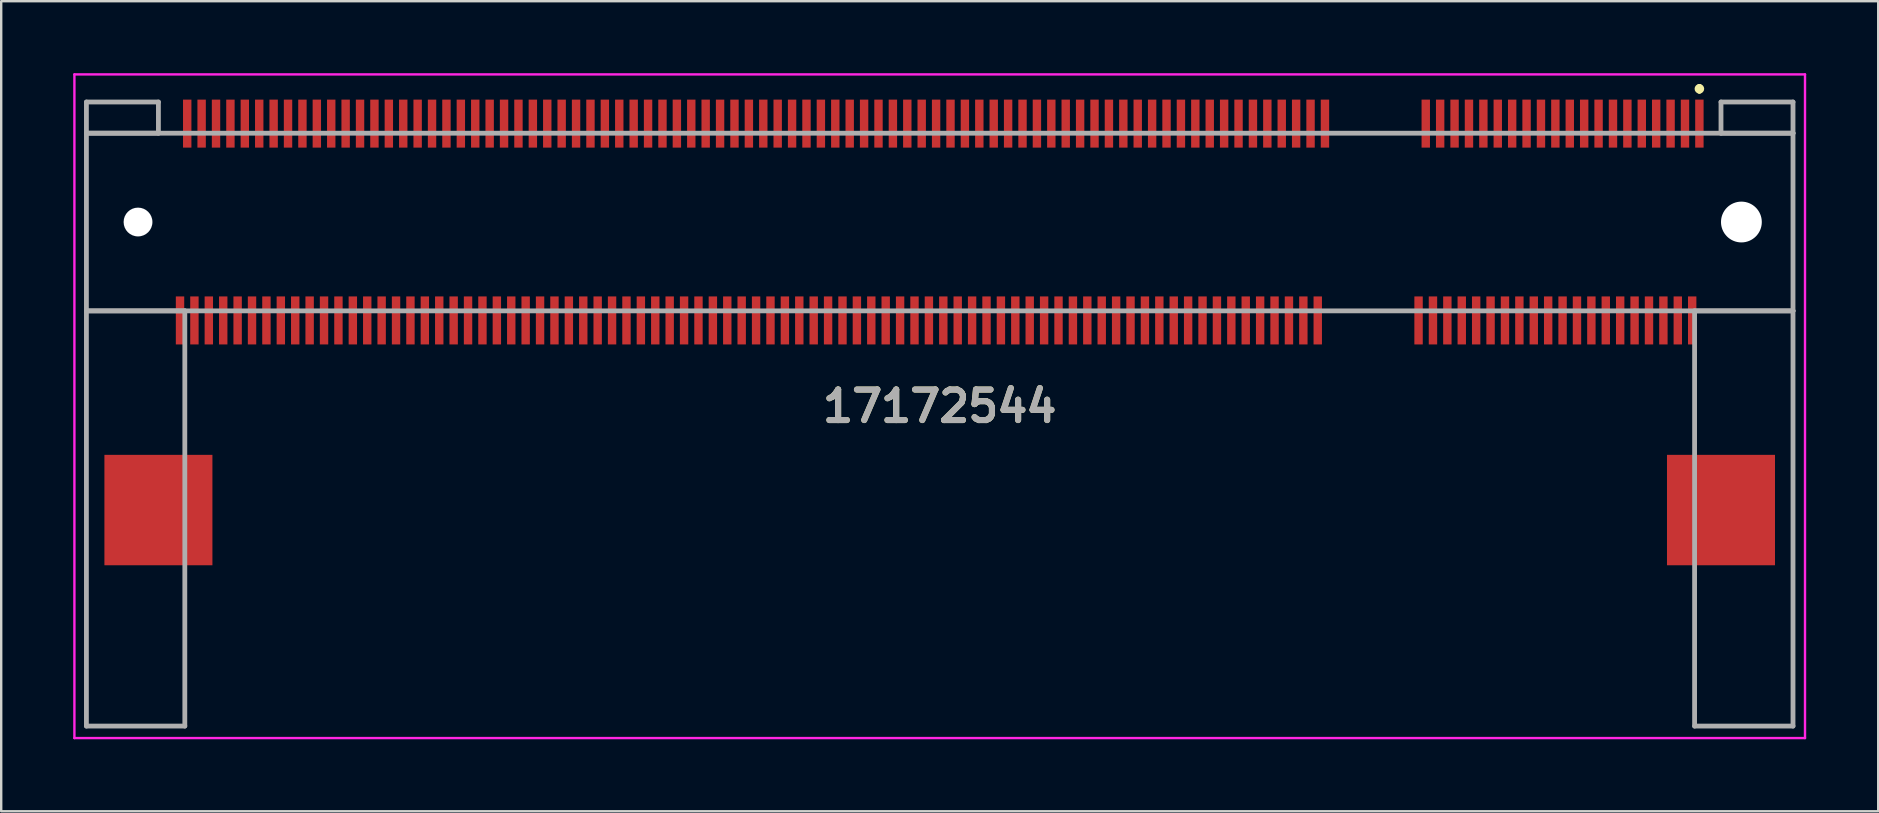
<source format=kicad_pcb>
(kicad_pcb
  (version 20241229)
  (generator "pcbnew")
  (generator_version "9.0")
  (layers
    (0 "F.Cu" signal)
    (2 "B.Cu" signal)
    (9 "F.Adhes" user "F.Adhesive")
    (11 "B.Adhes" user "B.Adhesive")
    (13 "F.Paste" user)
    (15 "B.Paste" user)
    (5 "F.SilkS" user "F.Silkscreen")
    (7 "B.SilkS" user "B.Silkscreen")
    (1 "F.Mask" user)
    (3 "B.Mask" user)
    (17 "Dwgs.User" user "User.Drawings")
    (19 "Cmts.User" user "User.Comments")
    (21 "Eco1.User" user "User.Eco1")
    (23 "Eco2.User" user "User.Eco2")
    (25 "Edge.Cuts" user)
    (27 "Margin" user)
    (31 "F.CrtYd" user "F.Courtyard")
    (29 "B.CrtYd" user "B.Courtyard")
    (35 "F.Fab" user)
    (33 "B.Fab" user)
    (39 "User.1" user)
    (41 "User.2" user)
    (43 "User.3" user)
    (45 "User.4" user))
  (footprint "17172544"
    (layer "F.Cu")
    (at 36.1 6.2)
    (property "Reference" "17172544" (at 0 7.675 0) (layer "F.SilkS") (effects (font (size 1.27 1.27) (thickness 0.254))))
    (attr through_hole)
    (fp_line (start -35.55 -3.7) (end -35.55 3.7) (stroke (width 0.1) (type solid)) (layer "F.SilkS"))
    (fp_line (start -35.55 3.7) (end -32.55 3.7) (stroke (width 0.1) (type solid)) (layer "F.SilkS"))
    (fp_line (start -32.55 -3.7) (end -35.55 -3.7) (stroke (width 0.1) (type solid)) (layer "F.SilkS"))
    (fp_line (start 16.5 3.7) (end 19 3.7) (stroke (width 0.1) (type solid)) (layer "F.SilkS"))
    (fp_line (start 17 -3.7) (end 19 -3.7) (stroke (width 0.1) (type solid)) (layer "F.SilkS"))
    (fp_line (start 31.65 -5.65) (end 31.65 -5.65) (stroke (width 0.2) (type solid)) (layer "F.SilkS"))
    (fp_line (start 31.65 -5.45) (end 31.65 -5.45) (stroke (width 0.2) (type solid)) (layer "F.SilkS"))
    (fp_line (start 32.55 -3.7) (end 35.55 -3.7) (stroke (width 0.1) (type solid)) (layer "F.SilkS"))
    (fp_line (start 35.55 -3.7) (end 35.55 3.7) (stroke (width 0.1) (type solid)) (layer "F.SilkS"))
    (fp_line (start 35.55 3.7) (end 32.55 3.7) (stroke (width 0.1) (type solid)) (layer "F.SilkS"))
    (fp_arc (start 31.65 -5.65) (mid 31.75 -5.55) (end 31.65 -5.45) (stroke (width 0.2) (type solid)) (layer "F.SilkS"))
    (fp_arc (start 31.65 -5.45) (mid 31.55 -5.55) (end 31.65 -5.65) (stroke (width 0.2) (type solid)) (layer "F.SilkS"))
    (fp_line (start -36.05 -6.15) (end 36.05 -6.15) (stroke (width 0.1) (type solid)) (layer "F.CrtYd"))
    (fp_line (start -36.05 21.5) (end -36.05 -6.15) (stroke (width 0.1) (type solid)) (layer "F.CrtYd"))
    (fp_line (start 36.05 -6.15) (end 36.05 21.5) (stroke (width 0.1) (type solid)) (layer "F.CrtYd"))
    (fp_line (start 36.05 21.5) (end -36.05 21.5) (stroke (width 0.1) (type solid)) (layer "F.CrtYd"))
    (fp_line (start -35.55 -5) (end -35.55 -3.7) (stroke (width 0.2) (type solid)) (layer "F.Fab"))
    (fp_line (start -35.55 -3.7) (end -32.55 -3.7) (stroke (width 0.2) (type solid)) (layer "F.Fab"))
    (fp_line (start -35.55 -3.7) (end 35.55 -3.7) (stroke (width 0.2) (type solid)) (layer "F.Fab"))
    (fp_line (start -35.55 3.7) (end -35.55 -3.7) (stroke (width 0.2) (type solid)) (layer "F.Fab"))
    (fp_line (start -35.55 3.7) (end -31.45 3.7) (stroke (width 0.2) (type solid)) (layer "F.Fab"))
    (fp_line (start -35.55 21) (end -35.55 3.7) (stroke (width 0.2) (type solid)) (layer "F.Fab"))
    (fp_line (start -32.55 -5) (end -35.55 -5) (stroke (width 0.2) (type solid)) (layer "F.Fab"))
    (fp_line (start -32.55 -3.7) (end -32.55 -5) (stroke (width 0.2) (type solid)) (layer "F.Fab"))
    (fp_line (start -31.45 3.7) (end -31.45 21) (stroke (width 0.2) (type solid)) (layer "F.Fab"))
    (fp_line (start -31.45 21) (end -35.55 21) (stroke (width 0.2) (type solid)) (layer "F.Fab"))
    (fp_line (start 31.45 3.7) (end 31.45 21) (stroke (width 0.2) (type solid)) (layer "F.Fab"))
    (fp_line (start 31.45 21) (end 35.55 21) (stroke (width 0.2) (type solid)) (layer "F.Fab"))
    (fp_line (start 32.55 -5) (end 35.55 -5) (stroke (width 0.2) (type solid)) (layer "F.Fab"))
    (fp_line (start 32.55 -3.7) (end 32.55 -5) (stroke (width 0.2) (type solid)) (layer "F.Fab"))
    (fp_line (start 35.55 -5) (end 35.55 -3.7) (stroke (width 0.2) (type solid)) (layer "F.Fab"))
    (fp_line (start 35.55 -3.7) (end 32.55 -3.7) (stroke (width 0.2) (type solid)) (layer "F.Fab"))
    (fp_line (start 35.55 -3.7) (end 35.55 3.7) (stroke (width 0.2) (type solid)) (layer "F.Fab"))
    (fp_line (start 35.55 3.7) (end -35.55 3.7) (stroke (width 0.2) (type solid)) (layer "F.Fab"))
    (fp_line (start 35.55 3.7) (end 31.45 3.7) (stroke (width 0.2) (type solid)) (layer "F.Fab"))
    (fp_line (start 35.55 21) (end 35.55 3.7) (stroke (width 0.2) (type solid)) (layer "F.Fab"))
    (fp_text user "${REFERENCE}" (at 0 7.675 0) (layer "F.Fab") (effects (font (size 1.27 1.27) (thickness 0.254))))
    (pad "" np_thru_hole circle (at -33.4 0) (size 1.2 1.2) (drill 1.2) (layers "*.Cu" "*.Mask"))
    (pad "" np_thru_hole circle (at 33.4 0) (size 1.7 1.7) (drill 1.7) (layers "*.Cu" "*.Mask"))
    (pad "1" smd rect (at 31.65 -4.1) (size 0.35 2) (layers "F.Cu" "F.Mask" "F.Paste"))
    (pad "2" smd rect (at 31.35 4.1) (size 0.35 2) (layers "F.Cu" "F.Mask" "F.Paste"))
    (pad "3" smd rect (at 31.05 -4.1) (size 0.35 2) (layers "F.Cu" "F.Mask" "F.Paste"))
    (pad "4" smd rect (at 30.75 4.1) (size 0.35 2) (layers "F.Cu" "F.Mask" "F.Paste"))
    (pad "5" smd rect (at 30.45 -4.1) (size 0.35 2) (layers "F.Cu" "F.Mask" "F.Paste"))
    (pad "6" smd rect (at 30.15 4.1) (size 0.35 2) (layers "F.Cu" "F.Mask" "F.Paste"))
    (pad "7" smd rect (at 29.85 -4.1) (size 0.35 2) (layers "F.Cu" "F.Mask" "F.Paste"))
    (pad "8" smd rect (at 29.55 4.1) (size 0.35 2) (layers "F.Cu" "F.Mask" "F.Paste"))
    (pad "9" smd rect (at 29.25 -4.1) (size 0.35 2) (layers "F.Cu" "F.Mask" "F.Paste"))
    (pad "10" smd rect (at 28.95 4.1) (size 0.35 2) (layers "F.Cu" "F.Mask" "F.Paste"))
    (pad "11" smd rect (at 28.65 -4.1) (size 0.35 2) (layers "F.Cu" "F.Mask" "F.Paste"))
    (pad "12" smd rect (at 28.35 4.1) (size 0.35 2) (layers "F.Cu" "F.Mask" "F.Paste"))
    (pad "13" smd rect (at 28.05 -4.1) (size 0.35 2) (layers "F.Cu" "F.Mask" "F.Paste"))
    (pad "14" smd rect (at 27.75 4.1) (size 0.35 2) (layers "F.Cu" "F.Mask" "F.Paste"))
    (pad "15" smd rect (at 27.45 -4.1) (size 0.35 2) (layers "F.Cu" "F.Mask" "F.Paste"))
    (pad "16" smd rect (at 27.15 4.1) (size 0.35 2) (layers "F.Cu" "F.Mask" "F.Paste"))
    (pad "17" smd rect (at 26.85 -4.1) (size 0.35 2) (layers "F.Cu" "F.Mask" "F.Paste"))
    (pad "18" smd rect (at 26.55 4.1) (size 0.35 2) (layers "F.Cu" "F.Mask" "F.Paste"))
    (pad "19" smd rect (at 26.25 -4.1) (size 0.35 2) (layers "F.Cu" "F.Mask" "F.Paste"))
    (pad "20" smd rect (at 25.95 4.1) (size 0.35 2) (layers "F.Cu" "F.Mask" "F.Paste"))
    (pad "21" smd rect (at 25.65 -4.1) (size 0.35 2) (layers "F.Cu" "F.Mask" "F.Paste"))
    (pad "22" smd rect (at 25.35 4.1) (size 0.35 2) (layers "F.Cu" "F.Mask" "F.Paste"))
    (pad "23" smd rect (at 25.05 -4.1) (size 0.35 2) (layers "F.Cu" "F.Mask" "F.Paste"))
    (pad "24" smd rect (at 24.75 4.1) (size 0.35 2) (layers "F.Cu" "F.Mask" "F.Paste"))
    (pad "25" smd rect (at 24.45 -4.1) (size 0.35 2) (layers "F.Cu" "F.Mask" "F.Paste"))
    (pad "26" smd rect (at 24.15 4.1) (size 0.35 2) (layers "F.Cu" "F.Mask" "F.Paste"))
    (pad "27" smd rect (at 23.85 -4.1) (size 0.35 2) (layers "F.Cu" "F.Mask" "F.Paste"))
    (pad "28" smd rect (at 23.55 4.1) (size 0.35 2) (layers "F.Cu" "F.Mask" "F.Paste"))
    (pad "29" smd rect (at 23.25 -4.1) (size 0.35 2) (layers "F.Cu" "F.Mask" "F.Paste"))
    (pad "30" smd rect (at 22.95 4.1) (size 0.35 2) (layers "F.Cu" "F.Mask" "F.Paste"))
    (pad "31" smd rect (at 22.65 -4.1) (size 0.35 2) (layers "F.Cu" "F.Mask" "F.Paste"))
    (pad "32" smd rect (at 22.35 4.1) (size 0.35 2) (layers "F.Cu" "F.Mask" "F.Paste"))
    (pad "33" smd rect (at 22.05 -4.1) (size 0.35 2) (layers "F.Cu" "F.Mask" "F.Paste"))
    (pad "34" smd rect (at 21.75 4.1) (size 0.35 2) (layers "F.Cu" "F.Mask" "F.Paste"))
    (pad "35" smd rect (at 21.45 -4.1) (size 0.35 2) (layers "F.Cu" "F.Mask" "F.Paste"))
    (pad "36" smd rect (at 21.15 4.1) (size 0.35 2) (layers "F.Cu" "F.Mask" "F.Paste"))
    (pad "37" smd rect (at 20.85 -4.1) (size 0.35 2) (layers "F.Cu" "F.Mask" "F.Paste"))
    (pad "38" smd rect (at 20.55 4.1) (size 0.35 2) (layers "F.Cu" "F.Mask" "F.Paste"))
    (pad "39" smd rect (at 20.25 -4.1) (size 0.35 2) (layers "F.Cu" "F.Mask" "F.Paste"))
    (pad "40" smd rect (at 19.95 4.1) (size 0.35 2) (layers "F.Cu" "F.Mask" "F.Paste"))
    (pad "41" smd rect (at 16.05 -4.1) (size 0.35 2) (layers "F.Cu" "F.Mask" "F.Paste"))
    (pad "42" smd rect (at 15.75 4.1) (size 0.35 2) (layers "F.Cu" "F.Mask" "F.Paste"))
    (pad "43" smd rect (at 15.45 -4.1) (size 0.35 2) (layers "F.Cu" "F.Mask" "F.Paste"))
    (pad "44" smd rect (at 15.15 4.1) (size 0.35 2) (layers "F.Cu" "F.Mask" "F.Paste"))
    (pad "45" smd rect (at 14.85 -4.1) (size 0.35 2) (layers "F.Cu" "F.Mask" "F.Paste"))
    (pad "46" smd rect (at 14.55 4.1) (size 0.35 2) (layers "F.Cu" "F.Mask" "F.Paste"))
    (pad "47" smd rect (at 14.25 -4.1) (size 0.35 2) (layers "F.Cu" "F.Mask" "F.Paste"))
    (pad "48" smd rect (at 13.95 4.1) (size 0.35 2) (layers "F.Cu" "F.Mask" "F.Paste"))
    (pad "49" smd rect (at 13.65 -4.1) (size 0.35 2) (layers "F.Cu" "F.Mask" "F.Paste"))
    (pad "50" smd rect (at 13.35 4.1) (size 0.35 2) (layers "F.Cu" "F.Mask" "F.Paste"))
    (pad "51" smd rect (at 13.05 -4.1) (size 0.35 2) (layers "F.Cu" "F.Mask" "F.Paste"))
    (pad "52" smd rect (at 12.75 4.1) (size 0.35 2) (layers "F.Cu" "F.Mask" "F.Paste"))
    (pad "53" smd rect (at 12.45 -4.1) (size 0.35 2) (layers "F.Cu" "F.Mask" "F.Paste"))
    (pad "54" smd rect (at 12.15 4.1) (size 0.35 2) (layers "F.Cu" "F.Mask" "F.Paste"))
    (pad "55" smd rect (at 11.85 -4.1) (size 0.35 2) (layers "F.Cu" "F.Mask" "F.Paste"))
    (pad "56" smd rect (at 11.55 4.1) (size 0.35 2) (layers "F.Cu" "F.Mask" "F.Paste"))
    (pad "57" smd rect (at 11.25 -4.1) (size 0.35 2) (layers "F.Cu" "F.Mask" "F.Paste"))
    (pad "58" smd rect (at 10.95 4.1) (size 0.35 2) (layers "F.Cu" "F.Mask" "F.Paste"))
    (pad "59" smd rect (at 10.65 -4.1) (size 0.35 2) (layers "F.Cu" "F.Mask" "F.Paste"))
    (pad "60" smd rect (at 10.35 4.1) (size 0.35 2) (layers "F.Cu" "F.Mask" "F.Paste"))
    (pad "61" smd rect (at 10.05 -4.1) (size 0.35 2) (layers "F.Cu" "F.Mask" "F.Paste"))
    (pad "62" smd rect (at 9.75 4.1) (size 0.35 2) (layers "F.Cu" "F.Mask" "F.Paste"))
    (pad "63" smd rect (at 9.45 -4.1) (size 0.35 2) (layers "F.Cu" "F.Mask" "F.Paste"))
    (pad "64" smd rect (at 9.15 4.1) (size 0.35 2) (layers "F.Cu" "F.Mask" "F.Paste"))
    (pad "65" smd rect (at 8.85 -4.1) (size 0.35 2) (layers "F.Cu" "F.Mask" "F.Paste"))
    (pad "66" smd rect (at 8.55 4.1) (size 0.35 2) (layers "F.Cu" "F.Mask" "F.Paste"))
    (pad "67" smd rect (at 8.25 -4.1) (size 0.35 2) (layers "F.Cu" "F.Mask" "F.Paste"))
    (pad "68" smd rect (at 7.95 4.1) (size 0.35 2) (layers "F.Cu" "F.Mask" "F.Paste"))
    (pad "69" smd rect (at 7.65 -4.1) (size 0.35 2) (layers "F.Cu" "F.Mask" "F.Paste"))
    (pad "70" smd rect (at 7.35 4.1) (size 0.35 2) (layers "F.Cu" "F.Mask" "F.Paste"))
    (pad "71" smd rect (at 7.05 -4.1) (size 0.35 2) (layers "F.Cu" "F.Mask" "F.Paste"))
    (pad "72" smd rect (at 6.75 4.1) (size 0.35 2) (layers "F.Cu" "F.Mask" "F.Paste"))
    (pad "73" smd rect (at 6.45 -4.1) (size 0.35 2) (layers "F.Cu" "F.Mask" "F.Paste"))
    (pad "74" smd rect (at 6.15 4.1) (size 0.35 2) (layers "F.Cu" "F.Mask" "F.Paste"))
    (pad "75" smd rect (at 5.85 -4.1) (size 0.35 2) (layers "F.Cu" "F.Mask" "F.Paste"))
    (pad "76" smd rect (at 5.55 4.1) (size 0.35 2) (layers "F.Cu" "F.Mask" "F.Paste"))
    (pad "77" smd rect (at 5.25 -4.1) (size 0.35 2) (layers "F.Cu" "F.Mask" "F.Paste"))
    (pad "78" smd rect (at 4.95 4.1) (size 0.35 2) (layers "F.Cu" "F.Mask" "F.Paste"))
    (pad "79" smd rect (at 4.65 -4.1) (size 0.35 2) (layers "F.Cu" "F.Mask" "F.Paste"))
    (pad "80" smd rect (at 4.35 4.1) (size 0.35 2) (layers "F.Cu" "F.Mask" "F.Paste"))
    (pad "81" smd rect (at 4.05 -4.1) (size 0.35 2) (layers "F.Cu" "F.Mask" "F.Paste"))
    (pad "82" smd rect (at 3.75 4.1) (size 0.35 2) (layers "F.Cu" "F.Mask" "F.Paste"))
    (pad "83" smd rect (at 3.45 -4.1) (size 0.35 2) (layers "F.Cu" "F.Mask" "F.Paste"))
    (pad "84" smd rect (at 3.15 4.1) (size 0.35 2) (layers "F.Cu" "F.Mask" "F.Paste"))
    (pad "85" smd rect (at 2.85 -4.1) (size 0.35 2) (layers "F.Cu" "F.Mask" "F.Paste"))
    (pad "86" smd rect (at 2.55 4.1) (size 0.35 2) (layers "F.Cu" "F.Mask" "F.Paste"))
    (pad "87" smd rect (at 2.25 -4.1) (size 0.35 2) (layers "F.Cu" "F.Mask" "F.Paste"))
    (pad "88" smd rect (at 1.95 4.1) (size 0.35 2) (layers "F.Cu" "F.Mask" "F.Paste"))
    (pad "89" smd rect (at 1.65 -4.1) (size 0.35 2) (layers "F.Cu" "F.Mask" "F.Paste"))
    (pad "90" smd rect (at 1.35 4.1) (size 0.35 2) (layers "F.Cu" "F.Mask" "F.Paste"))
    (pad "91" smd rect (at 1.05 -4.1) (size 0.35 2) (layers "F.Cu" "F.Mask" "F.Paste"))
    (pad "92" smd rect (at 0.75 4.1) (size 0.35 2) (layers "F.Cu" "F.Mask" "F.Paste"))
    (pad "93" smd rect (at 0.45 -4.1) (size 0.35 2) (layers "F.Cu" "F.Mask" "F.Paste"))
    (pad "94" smd rect (at 0.15 4.1) (size 0.35 2) (layers "F.Cu" "F.Mask" "F.Paste"))
    (pad "95" smd rect (at -0.15 -4.1) (size 0.35 2) (layers "F.Cu" "F.Mask" "F.Paste"))
    (pad "96" smd rect (at -0.45 4.1) (size 0.35 2) (layers "F.Cu" "F.Mask" "F.Paste"))
    (pad "97" smd rect (at -0.75 -4.1) (size 0.35 2) (layers "F.Cu" "F.Mask" "F.Paste"))
    (pad "98" smd rect (at -1.05 4.1) (size 0.35 2) (layers "F.Cu" "F.Mask" "F.Paste"))
    (pad "99" smd rect (at -1.35 -4.1) (size 0.35 2) (layers "F.Cu" "F.Mask" "F.Paste"))
    (pad "100" smd rect (at -1.65 4.1) (size 0.35 2) (layers "F.Cu" "F.Mask" "F.Paste"))
    (pad "101" smd rect (at -1.95 -4.1) (size 0.35 2) (layers "F.Cu" "F.Mask" "F.Paste"))
    (pad "102" smd rect (at -2.25 4.1) (size 0.35 2) (layers "F.Cu" "F.Mask" "F.Paste"))
    (pad "103" smd rect (at -2.55 -4.1) (size 0.35 2) (layers "F.Cu" "F.Mask" "F.Paste"))
    (pad "104" smd rect (at -2.85 4.1) (size 0.35 2) (layers "F.Cu" "F.Mask" "F.Paste"))
    (pad "105" smd rect (at -3.15 -4.1) (size 0.35 2) (layers "F.Cu" "F.Mask" "F.Paste"))
    (pad "106" smd rect (at -3.45 4.1) (size 0.35 2) (layers "F.Cu" "F.Mask" "F.Paste"))
    (pad "107" smd rect (at -3.75 -4.1) (size 0.35 2) (layers "F.Cu" "F.Mask" "F.Paste"))
    (pad "108" smd rect (at -4.05 4.1) (size 0.35 2) (layers "F.Cu" "F.Mask" "F.Paste"))
    (pad "109" smd rect (at -4.35 -4.1) (size 0.35 2) (layers "F.Cu" "F.Mask" "F.Paste"))
    (pad "110" smd rect (at -4.65 4.1) (size 0.35 2) (layers "F.Cu" "F.Mask" "F.Paste"))
    (pad "111" smd rect (at -4.95 -4.1) (size 0.35 2) (layers "F.Cu" "F.Mask" "F.Paste"))
    (pad "112" smd rect (at -5.25 4.1) (size 0.35 2) (layers "F.Cu" "F.Mask" "F.Paste"))
    (pad "113" smd rect (at -5.55 -4.1) (size 0.35 2) (layers "F.Cu" "F.Mask" "F.Paste"))
    (pad "114" smd rect (at -5.85 4.1) (size 0.35 2) (layers "F.Cu" "F.Mask" "F.Paste"))
    (pad "115" smd rect (at -6.15 -4.1) (size 0.35 2) (layers "F.Cu" "F.Mask" "F.Paste"))
    (pad "116" smd rect (at -6.45 4.1) (size 0.35 2) (layers "F.Cu" "F.Mask" "F.Paste"))
    (pad "117" smd rect (at -6.75 -4.1) (size 0.35 2) (layers "F.Cu" "F.Mask" "F.Paste"))
    (pad "118" smd rect (at -7.05 4.1) (size 0.35 2) (layers "F.Cu" "F.Mask" "F.Paste"))
    (pad "119" smd rect (at -7.35 -4.1) (size 0.35 2) (layers "F.Cu" "F.Mask" "F.Paste"))
    (pad "120" smd rect (at -7.65 4.1) (size 0.35 2) (layers "F.Cu" "F.Mask" "F.Paste"))
    (pad "121" smd rect (at -7.95 -4.1) (size 0.35 2) (layers "F.Cu" "F.Mask" "F.Paste"))
    (pad "122" smd rect (at -8.25 4.1) (size 0.35 2) (layers "F.Cu" "F.Mask" "F.Paste"))
    (pad "123" smd rect (at -8.55 -4.1) (size 0.35 2) (layers "F.Cu" "F.Mask" "F.Paste"))
    (pad "124" smd rect (at -8.85 4.1) (size 0.35 2) (layers "F.Cu" "F.Mask" "F.Paste"))
    (pad "125" smd rect (at -9.15 -4.1) (size 0.35 2) (layers "F.Cu" "F.Mask" "F.Paste"))
    (pad "126" smd rect (at -9.45 4.1) (size 0.35 2) (layers "F.Cu" "F.Mask" "F.Paste"))
    (pad "127" smd rect (at -9.75 -4.1) (size 0.35 2) (layers "F.Cu" "F.Mask" "F.Paste"))
    (pad "128" smd rect (at -10.05 4.1) (size 0.35 2) (layers "F.Cu" "F.Mask" "F.Paste"))
    (pad "129" smd rect (at -10.35 -4.1) (size 0.35 2) (layers "F.Cu" "F.Mask" "F.Paste"))
    (pad "130" smd rect (at -10.65 4.1) (size 0.35 2) (layers "F.Cu" "F.Mask" "F.Paste"))
    (pad "131" smd rect (at -10.95 -4.1) (size 0.35 2) (layers "F.Cu" "F.Mask" "F.Paste"))
    (pad "132" smd rect (at -11.25 4.1) (size 0.35 2) (layers "F.Cu" "F.Mask" "F.Paste"))
    (pad "133" smd rect (at -11.55 -4.1) (size 0.35 2) (layers "F.Cu" "F.Mask" "F.Paste"))
    (pad "134" smd rect (at -11.85 4.1) (size 0.35 2) (layers "F.Cu" "F.Mask" "F.Paste"))
    (pad "135" smd rect (at -12.15 -4.1) (size 0.35 2) (layers "F.Cu" "F.Mask" "F.Paste"))
    (pad "136" smd rect (at -12.45 4.1) (size 0.35 2) (layers "F.Cu" "F.Mask" "F.Paste"))
    (pad "137" smd rect (at -12.75 -4.1) (size 0.35 2) (layers "F.Cu" "F.Mask" "F.Paste"))
    (pad "138" smd rect (at -13.05 4.1) (size 0.35 2) (layers "F.Cu" "F.Mask" "F.Paste"))
    (pad "139" smd rect (at -13.35 -4.1) (size 0.35 2) (layers "F.Cu" "F.Mask" "F.Paste"))
    (pad "140" smd rect (at -13.65 4.1) (size 0.35 2) (layers "F.Cu" "F.Mask" "F.Paste"))
    (pad "141" smd rect (at -13.95 -4.1) (size 0.35 2) (layers "F.Cu" "F.Mask" "F.Paste"))
    (pad "142" smd rect (at -14.25 4.1) (size 0.35 2) (layers "F.Cu" "F.Mask" "F.Paste"))
    (pad "143" smd rect (at -14.55 -4.1) (size 0.35 2) (layers "F.Cu" "F.Mask" "F.Paste"))
    (pad "144" smd rect (at -14.85 4.1) (size 0.35 2) (layers "F.Cu" "F.Mask" "F.Paste"))
    (pad "145" smd rect (at -15.15 -4.1) (size 0.35 2) (layers "F.Cu" "F.Mask" "F.Paste"))
    (pad "146" smd rect (at -15.45 4.1) (size 0.35 2) (layers "F.Cu" "F.Mask" "F.Paste"))
    (pad "147" smd rect (at -15.75 -4.1) (size 0.35 2) (layers "F.Cu" "F.Mask" "F.Paste"))
    (pad "148" smd rect (at -16.05 4.1) (size 0.35 2) (layers "F.Cu" "F.Mask" "F.Paste"))
    (pad "149" smd rect (at -16.35 -4.1) (size 0.35 2) (layers "F.Cu" "F.Mask" "F.Paste"))
    (pad "150" smd rect (at -16.65 4.1) (size 0.35 2) (layers "F.Cu" "F.Mask" "F.Paste"))
    (pad "151" smd rect (at -16.95 -4.1) (size 0.35 2) (layers "F.Cu" "F.Mask" "F.Paste"))
    (pad "152" smd rect (at -17.25 4.1) (size 0.35 2) (layers "F.Cu" "F.Mask" "F.Paste"))
    (pad "153" smd rect (at -17.55 -4.1) (size 0.35 2) (layers "F.Cu" "F.Mask" "F.Paste"))
    (pad "154" smd rect (at -17.85 4.1) (size 0.35 2) (layers "F.Cu" "F.Mask" "F.Paste"))
    (pad "155" smd rect (at -18.15 -4.1) (size 0.35 2) (layers "F.Cu" "F.Mask" "F.Paste"))
    (pad "156" smd rect (at -18.45 4.1) (size 0.35 2) (layers "F.Cu" "F.Mask" "F.Paste"))
    (pad "157" smd rect (at -18.75 -4.1) (size 0.35 2) (layers "F.Cu" "F.Mask" "F.Paste"))
    (pad "158" smd rect (at -19.05 4.1) (size 0.35 2) (layers "F.Cu" "F.Mask" "F.Paste"))
    (pad "159" smd rect (at -19.35 -4.1) (size 0.35 2) (layers "F.Cu" "F.Mask" "F.Paste"))
    (pad "160" smd rect (at -19.65 4.1) (size 0.35 2) (layers "F.Cu" "F.Mask" "F.Paste"))
    (pad "161" smd rect (at -19.95 -4.1) (size 0.35 2) (layers "F.Cu" "F.Mask" "F.Paste"))
    (pad "162" smd rect (at -20.25 4.1) (size 0.35 2) (layers "F.Cu" "F.Mask" "F.Paste"))
    (pad "163" smd rect (at -20.55 -4.1) (size 0.35 2) (layers "F.Cu" "F.Mask" "F.Paste"))
    (pad "164" smd rect (at -20.85 4.1) (size 0.35 2) (layers "F.Cu" "F.Mask" "F.Paste"))
    (pad "165" smd rect (at -21.15 -4.1) (size 0.35 2) (layers "F.Cu" "F.Mask" "F.Paste"))
    (pad "166" smd rect (at -21.45 4.1) (size 0.35 2) (layers "F.Cu" "F.Mask" "F.Paste"))
    (pad "167" smd rect (at -21.75 -4.1) (size 0.35 2) (layers "F.Cu" "F.Mask" "F.Paste"))
    (pad "168" smd rect (at -22.05 4.1) (size 0.35 2) (layers "F.Cu" "F.Mask" "F.Paste"))
    (pad "169" smd rect (at -22.35 -4.1) (size 0.35 2) (layers "F.Cu" "F.Mask" "F.Paste"))
    (pad "170" smd rect (at -22.65 4.1) (size 0.35 2) (layers "F.Cu" "F.Mask" "F.Paste"))
    (pad "171" smd rect (at -22.95 -4.1) (size 0.35 2) (layers "F.Cu" "F.Mask" "F.Paste"))
    (pad "172" smd rect (at -23.25 4.1) (size 0.35 2) (layers "F.Cu" "F.Mask" "F.Paste"))
    (pad "173" smd rect (at -23.55 -4.1) (size 0.35 2) (layers "F.Cu" "F.Mask" "F.Paste"))
    (pad "174" smd rect (at -23.85 4.1) (size 0.35 2) (layers "F.Cu" "F.Mask" "F.Paste"))
    (pad "175" smd rect (at -24.15 -4.1) (size 0.35 2) (layers "F.Cu" "F.Mask" "F.Paste"))
    (pad "176" smd rect (at -24.45 4.1) (size 0.35 2) (layers "F.Cu" "F.Mask" "F.Paste"))
    (pad "177" smd rect (at -24.75 -4.1) (size 0.35 2) (layers "F.Cu" "F.Mask" "F.Paste"))
    (pad "178" smd rect (at -25.05 4.1) (size 0.35 2) (layers "F.Cu" "F.Mask" "F.Paste"))
    (pad "179" smd rect (at -25.35 -4.1) (size 0.35 2) (layers "F.Cu" "F.Mask" "F.Paste"))
    (pad "180" smd rect (at -25.65 4.1) (size 0.35 2) (layers "F.Cu" "F.Mask" "F.Paste"))
    (pad "181" smd rect (at -25.95 -4.1) (size 0.35 2) (layers "F.Cu" "F.Mask" "F.Paste"))
    (pad "182" smd rect (at -26.25 4.1) (size 0.35 2) (layers "F.Cu" "F.Mask" "F.Paste"))
    (pad "183" smd rect (at -26.55 -4.1) (size 0.35 2) (layers "F.Cu" "F.Mask" "F.Paste"))
    (pad "184" smd rect (at -26.85 4.1) (size 0.35 2) (layers "F.Cu" "F.Mask" "F.Paste"))
    (pad "185" smd rect (at -27.15 -4.1) (size 0.35 2) (layers "F.Cu" "F.Mask" "F.Paste"))
    (pad "186" smd rect (at -27.45 4.1) (size 0.35 2) (layers "F.Cu" "F.Mask" "F.Paste"))
    (pad "187" smd rect (at -27.75 -4.1) (size 0.35 2) (layers "F.Cu" "F.Mask" "F.Paste"))
    (pad "188" smd rect (at -28.05 4.1) (size 0.35 2) (layers "F.Cu" "F.Mask" "F.Paste"))
    (pad "189" smd rect (at -28.35 -4.1) (size 0.35 2) (layers "F.Cu" "F.Mask" "F.Paste"))
    (pad "190" smd rect (at -28.65 4.1) (size 0.35 2) (layers "F.Cu" "F.Mask" "F.Paste"))
    (pad "191" smd rect (at -28.95 -4.1) (size 0.35 2) (layers "F.Cu" "F.Mask" "F.Paste"))
    (pad "192" smd rect (at -29.25 4.1) (size 0.35 2) (layers "F.Cu" "F.Mask" "F.Paste"))
    (pad "193" smd rect (at -29.55 -4.1) (size 0.35 2) (layers "F.Cu" "F.Mask" "F.Paste"))
    (pad "194" smd rect (at -29.85 4.1) (size 0.35 2) (layers "F.Cu" "F.Mask" "F.Paste"))
    (pad "195" smd rect (at -30.15 -4.1) (size 0.35 2) (layers "F.Cu" "F.Mask" "F.Paste"))
    (pad "196" smd rect (at -30.45 4.1) (size 0.35 2) (layers "F.Cu" "F.Mask" "F.Paste"))
    (pad "197" smd rect (at -30.75 -4.1) (size 0.35 2) (layers "F.Cu" "F.Mask" "F.Paste"))
    (pad "198" smd rect (at -31.05 4.1) (size 0.35 2) (layers "F.Cu" "F.Mask" "F.Paste"))
    (pad "199" smd rect (at -31.35 -4.1) (size 0.35 2) (layers "F.Cu" "F.Mask" "F.Paste"))
    (pad "200" smd rect (at -31.65 4.1) (size 0.35 2) (layers "F.Cu" "F.Mask" "F.Paste"))
    (pad "MP1" smd rect (at 32.55 12) (size 4.5 4.6) (layers "F.Cu" "F.Mask" "F.Paste"))
    (pad "MP2" smd rect (at -32.55 12) (size 4.5 4.6) (layers "F.Cu" "F.Mask" "F.Paste")))
  (gr_rect
    (start -3 -3)
    (end 75.2 30.75)
    (stroke (width 0.1) (type default))
    (fill no)
    (layer "Edge.Cuts")))
</source>
